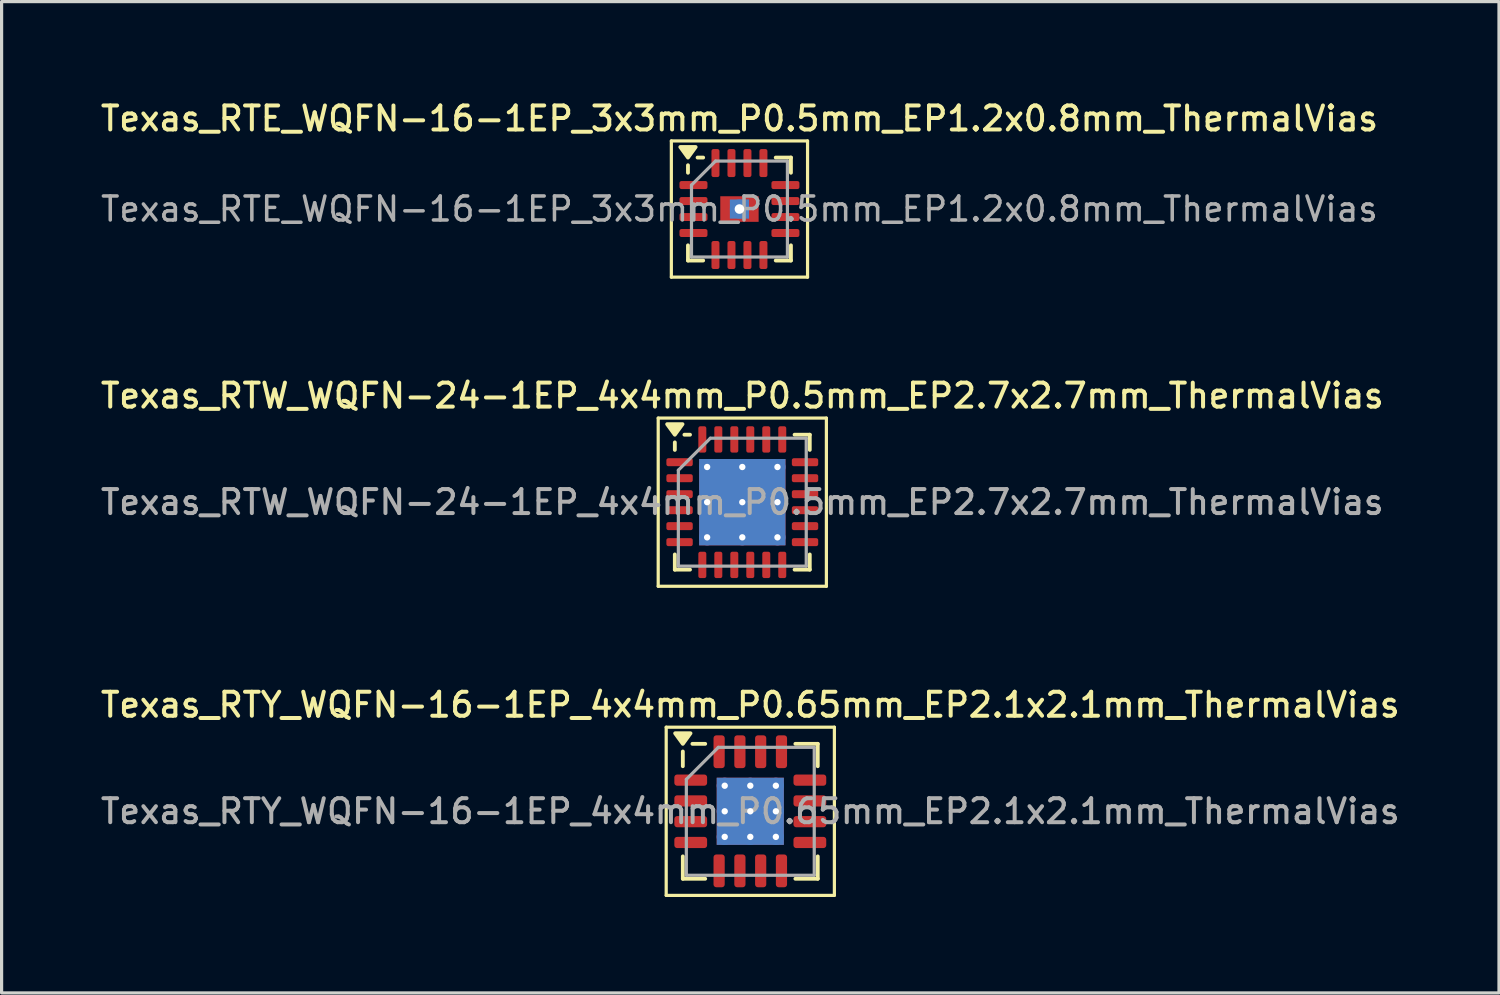
<source format=kicad_pcb>
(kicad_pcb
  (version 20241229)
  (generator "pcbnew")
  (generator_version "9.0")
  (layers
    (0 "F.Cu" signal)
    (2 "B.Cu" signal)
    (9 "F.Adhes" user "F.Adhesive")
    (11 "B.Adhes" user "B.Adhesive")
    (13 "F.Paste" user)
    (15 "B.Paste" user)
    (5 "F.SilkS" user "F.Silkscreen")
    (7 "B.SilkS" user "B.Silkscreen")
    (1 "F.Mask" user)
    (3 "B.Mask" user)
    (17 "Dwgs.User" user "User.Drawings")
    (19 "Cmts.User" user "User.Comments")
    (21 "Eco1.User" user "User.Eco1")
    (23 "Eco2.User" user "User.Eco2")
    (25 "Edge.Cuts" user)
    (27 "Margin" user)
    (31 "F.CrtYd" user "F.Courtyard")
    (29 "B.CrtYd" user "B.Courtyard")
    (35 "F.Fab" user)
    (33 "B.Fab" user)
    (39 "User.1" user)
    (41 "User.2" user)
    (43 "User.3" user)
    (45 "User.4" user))
  (footprint "Texas_RTW_WQFN-24-1EP_4x4mm_P0.5mm_EP2.7x2.7mm_ThermalVias"
    (layer "F.Cu")
    (at 20.166 12.656)
    (property "Reference" "Texas_RTW_WQFN-24-1EP_4x4mm_P0.5mm_EP2.7x2.7mm_ThermalVias" (at 0 -3.33 0) (layer "F.SilkS") (effects (font (size 0.75 0.75) (thickness 0.125))))
    (attr smd)
    (fp_line (start -2.63 -2.63) (end -2.63 2.63) (stroke (width 0.1) (type solid)) (layer "F.SilkS"))
    (fp_line (start -2.63 2.63) (end 2.63 2.63) (stroke (width 0.1) (type solid)) (layer "F.SilkS"))
    (fp_line (start -2.11 -1.635) (end -2.11 -1.87) (stroke (width 0.12) (type solid)) (layer "F.SilkS"))
    (fp_line (start -2.11 2.11) (end -2.11 1.635) (stroke (width 0.12) (type solid)) (layer "F.SilkS"))
    (fp_line (start -1.635 -2.11) (end -1.81 -2.11) (stroke (width 0.12) (type solid)) (layer "F.SilkS"))
    (fp_line (start -1.635 2.11) (end -2.11 2.11) (stroke (width 0.12) (type solid)) (layer "F.SilkS"))
    (fp_line (start 1.635 -2.11) (end 2.11 -2.11) (stroke (width 0.12) (type solid)) (layer "F.SilkS"))
    (fp_line (start 1.635 2.11) (end 2.11 2.11) (stroke (width 0.12) (type solid)) (layer "F.SilkS"))
    (fp_line (start 2.11 -2.11) (end 2.11 -1.635) (stroke (width 0.12) (type solid)) (layer "F.SilkS"))
    (fp_line (start 2.11 2.11) (end 2.11 1.635) (stroke (width 0.12) (type solid)) (layer "F.SilkS"))
    (fp_line (start 2.63 -2.63) (end -2.63 -2.63) (stroke (width 0.1) (type solid)) (layer "F.SilkS"))
    (fp_line (start 2.63 2.63) (end 2.63 -2.63) (stroke (width 0.1) (type solid)) (layer "F.SilkS"))
    (fp_poly (pts (xy -2.11 -2.11) (xy -2.35 -2.44) (xy -1.87 -2.44) (xy -2.11 -2.11)) (stroke (width 0.12) (type solid)) (fill yes) (layer "F.SilkS"))
    (fp_line (start -2 -1) (end -1 -2) (stroke (width 0.1) (type solid)) (layer "F.Fab"))
    (fp_line (start -2 2) (end -2 -1) (stroke (width 0.1) (type solid)) (layer "F.Fab"))
    (fp_line (start -1 -2) (end 2 -2) (stroke (width 0.1) (type solid)) (layer "F.Fab"))
    (fp_line (start 2 -2) (end 2 2) (stroke (width 0.1) (type solid)) (layer "F.Fab"))
    (fp_line (start 2 2) (end -2 2) (stroke (width 0.1) (type solid)) (layer "F.Fab"))
    (fp_text user "${REFERENCE}" (at 0 0 0) (layer "F.Fab") (effects (font (size 0.75 0.75) (thickness 0.125))))
    (pad "" smd roundrect (at -0.675 -0.675) (size 1.13 1.13) (layers "F.Paste") (roundrect_rratio 0.221))
    (pad "" smd roundrect (at -0.675 0.675) (size 1.13 1.13) (layers "F.Paste") (roundrect_rratio 0.221))
    (pad "" smd roundrect (at 0.675 -0.675) (size 1.13 1.13) (layers "F.Paste") (roundrect_rratio 0.221))
    (pad "" smd roundrect (at 0.675 0.675) (size 1.13 1.13) (layers "F.Paste") (roundrect_rratio 0.221))
    (pad "1" smd roundrect (at -1.962 -1.25) (size 0.825 0.25) (layers "F.Cu" "F.Mask" "F.Paste") (roundrect_rratio 0.25))
    (pad "2" smd roundrect (at -1.962 -0.75) (size 0.825 0.25) (layers "F.Cu" "F.Mask" "F.Paste") (roundrect_rratio 0.25))
    (pad "3" smd roundrect (at -1.962 -0.25) (size 0.825 0.25) (layers "F.Cu" "F.Mask" "F.Paste") (roundrect_rratio 0.25))
    (pad "4" smd roundrect (at -1.962 0.25) (size 0.825 0.25) (layers "F.Cu" "F.Mask" "F.Paste") (roundrect_rratio 0.25))
    (pad "5" smd roundrect (at -1.962 0.75) (size 0.825 0.25) (layers "F.Cu" "F.Mask" "F.Paste") (roundrect_rratio 0.25))
    (pad "6" smd roundrect (at -1.962 1.25) (size 0.825 0.25) (layers "F.Cu" "F.Mask" "F.Paste") (roundrect_rratio 0.25))
    (pad "7" smd roundrect (at -1.25 1.962) (size 0.25 0.825) (layers "F.Cu" "F.Mask" "F.Paste") (roundrect_rratio 0.25))
    (pad "8" smd roundrect (at -0.75 1.962) (size 0.25 0.825) (layers "F.Cu" "F.Mask" "F.Paste") (roundrect_rratio 0.25))
    (pad "9" smd roundrect (at -0.25 1.962) (size 0.25 0.825) (layers "F.Cu" "F.Mask" "F.Paste") (roundrect_rratio 0.25))
    (pad "10" smd roundrect (at 0.25 1.962) (size 0.25 0.825) (layers "F.Cu" "F.Mask" "F.Paste") (roundrect_rratio 0.25))
    (pad "11" smd roundrect (at 0.75 1.962) (size 0.25 0.825) (layers "F.Cu" "F.Mask" "F.Paste") (roundrect_rratio 0.25))
    (pad "12" smd roundrect (at 1.25 1.962) (size 0.25 0.825) (layers "F.Cu" "F.Mask" "F.Paste") (roundrect_rratio 0.25))
    (pad "13" smd roundrect (at 1.962 1.25) (size 0.825 0.25) (layers "F.Cu" "F.Mask" "F.Paste") (roundrect_rratio 0.25))
    (pad "14" smd roundrect (at 1.962 0.75) (size 0.825 0.25) (layers "F.Cu" "F.Mask" "F.Paste") (roundrect_rratio 0.25))
    (pad "15" smd roundrect (at 1.962 0.25) (size 0.825 0.25) (layers "F.Cu" "F.Mask" "F.Paste") (roundrect_rratio 0.25))
    (pad "16" smd roundrect (at 1.962 -0.25) (size 0.825 0.25) (layers "F.Cu" "F.Mask" "F.Paste") (roundrect_rratio 0.25))
    (pad "17" smd roundrect (at 1.962 -0.75) (size 0.825 0.25) (layers "F.Cu" "F.Mask" "F.Paste") (roundrect_rratio 0.25))
    (pad "18" smd roundrect (at 1.962 -1.25) (size 0.825 0.25) (layers "F.Cu" "F.Mask" "F.Paste") (roundrect_rratio 0.25))
    (pad "19" smd roundrect (at 1.25 -1.962) (size 0.25 0.825) (layers "F.Cu" "F.Mask" "F.Paste") (roundrect_rratio 0.25))
    (pad "20" smd roundrect (at 0.75 -1.962) (size 0.25 0.825) (layers "F.Cu" "F.Mask" "F.Paste") (roundrect_rratio 0.25))
    (pad "21" smd roundrect (at 0.25 -1.962) (size 0.25 0.825) (layers "F.Cu" "F.Mask" "F.Paste") (roundrect_rratio 0.25))
    (pad "22" smd roundrect (at -0.25 -1.962) (size 0.25 0.825) (layers "F.Cu" "F.Mask" "F.Paste") (roundrect_rratio 0.25))
    (pad "23" smd roundrect (at -0.75 -1.962) (size 0.25 0.825) (layers "F.Cu" "F.Mask" "F.Paste") (roundrect_rratio 0.25))
    (pad "24" smd roundrect (at -1.25 -1.962) (size 0.25 0.825) (layers "F.Cu" "F.Mask" "F.Paste") (roundrect_rratio 0.25))
    (pad "25" thru_hole circle (at -1.1 -1.1) (size 0.5 0.5) (drill 0.2) (property pad_prop_heatsink) (layers "*.Cu"))
    (pad "25" thru_hole circle (at -1.1 0) (size 0.5 0.5) (drill 0.2) (property pad_prop_heatsink) (layers "*.Cu"))
    (pad "25" thru_hole circle (at -1.1 1.1) (size 0.5 0.5) (drill 0.2) (property pad_prop_heatsink) (layers "*.Cu"))
    (pad "25" thru_hole circle (at 0 -1.1) (size 0.5 0.5) (drill 0.2) (property pad_prop_heatsink) (layers "*.Cu"))
    (pad "25" thru_hole circle (at 0 0) (size 0.5 0.5) (drill 0.2) (property pad_prop_heatsink) (layers "*.Cu"))
    (pad "25" smd rect (at 0 0) (size 2.7 2.7) (property pad_prop_heatsink) (layers "F.Cu" "F.Mask"))
    (pad "25" smd rect (at 0 0) (size 2.7 2.7) (property pad_prop_heatsink) (layers "B.Cu"))
    (pad "25" thru_hole circle (at 0 1.1) (size 0.5 0.5) (drill 0.2) (property pad_prop_heatsink) (layers "*.Cu"))
    (pad "25" thru_hole circle (at 1.1 -1.1) (size 0.5 0.5) (drill 0.2) (property pad_prop_heatsink) (layers "*.Cu"))
    (pad "25" thru_hole circle (at 1.1 0) (size 0.5 0.5) (drill 0.2) (property pad_prop_heatsink) (layers "*.Cu"))
    (pad "25" thru_hole circle (at 1.1 1.1) (size 0.5 0.5) (drill 0.2) (property pad_prop_heatsink) (layers "*.Cu")))
  (footprint "Texas_RTY_WQFN-16-1EP_4x4mm_P0.65mm_EP2.1x2.1mm_ThermalVias"
    (layer "F.Cu")
    (at 20.416 22.324)
    (property "Reference" "Texas_RTY_WQFN-16-1EP_4x4mm_P0.65mm_EP2.1x2.1mm_ThermalVias" (at 0 -3.33 0) (layer "F.SilkS") (effects (font (size 0.75 0.75) (thickness 0.125))))
    (attr smd)
    (fp_line (start -2.63 -2.63) (end -2.63 2.63) (stroke (width 0.1) (type solid)) (layer "F.SilkS"))
    (fp_line (start -2.63 2.63) (end 2.63 2.63) (stroke (width 0.1) (type solid)) (layer "F.SilkS"))
    (fp_line (start -2.11 -1.41) (end -2.11 -1.87) (stroke (width 0.12) (type solid)) (layer "F.SilkS"))
    (fp_line (start -2.11 2.11) (end -2.11 1.41) (stroke (width 0.12) (type solid)) (layer "F.SilkS"))
    (fp_line (start -1.41 -2.11) (end -1.81 -2.11) (stroke (width 0.12) (type solid)) (layer "F.SilkS"))
    (fp_line (start -1.41 2.11) (end -2.11 2.11) (stroke (width 0.12) (type solid)) (layer "F.SilkS"))
    (fp_line (start 1.41 -2.11) (end 2.11 -2.11) (stroke (width 0.12) (type solid)) (layer "F.SilkS"))
    (fp_line (start 1.41 2.11) (end 2.11 2.11) (stroke (width 0.12) (type solid)) (layer "F.SilkS"))
    (fp_line (start 2.11 -2.11) (end 2.11 -1.41) (stroke (width 0.12) (type solid)) (layer "F.SilkS"))
    (fp_line (start 2.11 2.11) (end 2.11 1.41) (stroke (width 0.12) (type solid)) (layer "F.SilkS"))
    (fp_line (start 2.63 -2.63) (end -2.63 -2.63) (stroke (width 0.1) (type solid)) (layer "F.SilkS"))
    (fp_line (start 2.63 2.63) (end 2.63 -2.63) (stroke (width 0.1) (type solid)) (layer "F.SilkS"))
    (fp_poly (pts (xy -2.11 -2.11) (xy -2.35 -2.44) (xy -1.87 -2.44) (xy -2.11 -2.11)) (stroke (width 0.12) (type solid)) (fill yes) (layer "F.SilkS"))
    (fp_line (start -2 -1) (end -1 -2) (stroke (width 0.1) (type solid)) (layer "F.Fab"))
    (fp_line (start -2 2) (end -2 -1) (stroke (width 0.1) (type solid)) (layer "F.Fab"))
    (fp_line (start -1 -2) (end 2 -2) (stroke (width 0.1) (type solid)) (layer "F.Fab"))
    (fp_line (start 2 -2) (end 2 2) (stroke (width 0.1) (type solid)) (layer "F.Fab"))
    (fp_line (start 2 2) (end -2 2) (stroke (width 0.1) (type solid)) (layer "F.Fab"))
    (fp_text user "${REFERENCE}" (at 0 0 0) (layer "F.Fab") (effects (font (size 0.75 0.75) (thickness 0.125))))
    (pad "" smd roundrect (at -0.525 -0.525) (size 0.88 0.88) (layers "F.Paste") (roundrect_rratio 0.25))
    (pad "" smd roundrect (at -0.525 0.525) (size 0.88 0.88) (layers "F.Paste") (roundrect_rratio 0.25))
    (pad "" smd roundrect (at 0.525 -0.525) (size 0.88 0.88) (layers "F.Paste") (roundrect_rratio 0.25))
    (pad "" smd roundrect (at 0.525 0.525) (size 0.88 0.88) (layers "F.Paste") (roundrect_rratio 0.25))
    (pad "1" smd roundrect (at -1.863 -0.975) (size 1.025 0.35) (layers "F.Cu" "F.Mask" "F.Paste") (roundrect_rratio 0.25))
    (pad "2" smd roundrect (at -1.863 -0.325) (size 1.025 0.35) (layers "F.Cu" "F.Mask" "F.Paste") (roundrect_rratio 0.25))
    (pad "3" smd roundrect (at -1.863 0.325) (size 1.025 0.35) (layers "F.Cu" "F.Mask" "F.Paste") (roundrect_rratio 0.25))
    (pad "4" smd roundrect (at -1.863 0.975) (size 1.025 0.35) (layers "F.Cu" "F.Mask" "F.Paste") (roundrect_rratio 0.25))
    (pad "5" smd roundrect (at -0.975 1.863) (size 0.35 1.025) (layers "F.Cu" "F.Mask" "F.Paste") (roundrect_rratio 0.25))
    (pad "6" smd roundrect (at -0.325 1.863) (size 0.35 1.025) (layers "F.Cu" "F.Mask" "F.Paste") (roundrect_rratio 0.25))
    (pad "7" smd roundrect (at 0.325 1.863) (size 0.35 1.025) (layers "F.Cu" "F.Mask" "F.Paste") (roundrect_rratio 0.25))
    (pad "8" smd roundrect (at 0.975 1.863) (size 0.35 1.025) (layers "F.Cu" "F.Mask" "F.Paste") (roundrect_rratio 0.25))
    (pad "9" smd roundrect (at 1.863 0.975) (size 1.025 0.35) (layers "F.Cu" "F.Mask" "F.Paste") (roundrect_rratio 0.25))
    (pad "10" smd roundrect (at 1.863 0.325) (size 1.025 0.35) (layers "F.Cu" "F.Mask" "F.Paste") (roundrect_rratio 0.25))
    (pad "11" smd roundrect (at 1.863 -0.325) (size 1.025 0.35) (layers "F.Cu" "F.Mask" "F.Paste") (roundrect_rratio 0.25))
    (pad "12" smd roundrect (at 1.863 -0.975) (size 1.025 0.35) (layers "F.Cu" "F.Mask" "F.Paste") (roundrect_rratio 0.25))
    (pad "13" smd roundrect (at 0.975 -1.863) (size 0.35 1.025) (layers "F.Cu" "F.Mask" "F.Paste") (roundrect_rratio 0.25))
    (pad "14" smd roundrect (at 0.325 -1.863) (size 0.35 1.025) (layers "F.Cu" "F.Mask" "F.Paste") (roundrect_rratio 0.25))
    (pad "15" smd roundrect (at -0.325 -1.863) (size 0.35 1.025) (layers "F.Cu" "F.Mask" "F.Paste") (roundrect_rratio 0.25))
    (pad "16" smd roundrect (at -0.975 -1.863) (size 0.35 1.025) (layers "F.Cu" "F.Mask" "F.Paste") (roundrect_rratio 0.25))
    (pad "17" thru_hole circle (at -0.8 -0.8) (size 0.5 0.5) (drill 0.2) (property pad_prop_heatsink) (layers "*.Cu"))
    (pad "17" thru_hole circle (at -0.8 0) (size 0.5 0.5) (drill 0.2) (property pad_prop_heatsink) (layers "*.Cu"))
    (pad "17" thru_hole circle (at -0.8 0.8) (size 0.5 0.5) (drill 0.2) (property pad_prop_heatsink) (layers "*.Cu"))
    (pad "17" thru_hole circle (at 0 -0.8) (size 0.5 0.5) (drill 0.2) (property pad_prop_heatsink) (layers "*.Cu"))
    (pad "17" thru_hole circle (at 0 0) (size 0.5 0.5) (drill 0.2) (property pad_prop_heatsink) (layers "*.Cu"))
    (pad "17" smd rect (at 0 0) (size 2.1 2.1) (property pad_prop_heatsink) (layers "F.Cu" "F.Mask"))
    (pad "17" smd rect (at 0 0) (size 2.1 2.1) (property pad_prop_heatsink) (layers "B.Cu"))
    (pad "17" thru_hole circle (at 0 0.8) (size 0.5 0.5) (drill 0.2) (property pad_prop_heatsink) (layers "*.Cu"))
    (pad "17" thru_hole circle (at 0.8 -0.8) (size 0.5 0.5) (drill 0.2) (property pad_prop_heatsink) (layers "*.Cu"))
    (pad "17" thru_hole circle (at 0.8 0) (size 0.5 0.5) (drill 0.2) (property pad_prop_heatsink) (layers "*.Cu"))
    (pad "17" thru_hole circle (at 0.8 0.8) (size 0.5 0.5) (drill 0.2) (property pad_prop_heatsink) (layers "*.Cu")))
  (footprint "Texas_RTE_WQFN-16-1EP_3x3mm_P0.5mm_EP1.2x0.8mm_ThermalVias"
    (layer "F.Cu")
    (at 20.077 3.488)
    (property "Reference" "Texas_RTE_WQFN-16-1EP_3x3mm_P0.5mm_EP1.2x0.8mm_ThermalVias" (at 0 -2.83 0) (layer "F.SilkS") (effects (font (size 0.75 0.75) (thickness 0.125))))
    (attr smd)
    (fp_line (start -2.13 -2.13) (end -2.13 2.13) (stroke (width 0.1) (type solid)) (layer "F.SilkS"))
    (fp_line (start -2.13 2.13) (end 2.13 2.13) (stroke (width 0.1) (type solid)) (layer "F.SilkS"))
    (fp_line (start -1.61 -1.135) (end -1.61 -1.37) (stroke (width 0.12) (type solid)) (layer "F.SilkS"))
    (fp_line (start -1.61 1.61) (end -1.61 1.135) (stroke (width 0.12) (type solid)) (layer "F.SilkS"))
    (fp_line (start -1.135 -1.61) (end -1.31 -1.61) (stroke (width 0.12) (type solid)) (layer "F.SilkS"))
    (fp_line (start -1.135 1.61) (end -1.61 1.61) (stroke (width 0.12) (type solid)) (layer "F.SilkS"))
    (fp_line (start 1.135 -1.61) (end 1.61 -1.61) (stroke (width 0.12) (type solid)) (layer "F.SilkS"))
    (fp_line (start 1.135 1.61) (end 1.61 1.61) (stroke (width 0.12) (type solid)) (layer "F.SilkS"))
    (fp_line (start 1.61 -1.61) (end 1.61 -1.135) (stroke (width 0.12) (type solid)) (layer "F.SilkS"))
    (fp_line (start 1.61 1.61) (end 1.61 1.135) (stroke (width 0.12) (type solid)) (layer "F.SilkS"))
    (fp_line (start 2.13 -2.13) (end -2.13 -2.13) (stroke (width 0.1) (type solid)) (layer "F.SilkS"))
    (fp_line (start 2.13 2.13) (end 2.13 -2.13) (stroke (width 0.1) (type solid)) (layer "F.SilkS"))
    (fp_poly (pts (xy -1.61 -1.61) (xy -1.85 -1.94) (xy -1.37 -1.94) (xy -1.61 -1.61)) (stroke (width 0.12) (type solid)) (fill yes) (layer "F.SilkS"))
    (fp_line (start -1.5 -0.75) (end -0.75 -1.5) (stroke (width 0.1) (type solid)) (layer "F.Fab"))
    (fp_line (start -1.5 1.5) (end -1.5 -0.75) (stroke (width 0.1) (type solid)) (layer "F.Fab"))
    (fp_line (start -0.75 -1.5) (end 1.5 -1.5) (stroke (width 0.1) (type solid)) (layer "F.Fab"))
    (fp_line (start 1.5 -1.5) (end 1.5 1.5) (stroke (width 0.1) (type solid)) (layer "F.Fab"))
    (fp_line (start 1.5 1.5) (end -1.5 1.5) (stroke (width 0.1) (type solid)) (layer "F.Fab"))
    (fp_text user "${REFERENCE}" (at 0 0 0) (layer "F.Fab") (effects (font (size 0.75 0.75) (thickness 0.11))))
    (pad "" smd roundrect (at -0.3 -0.2) (size 0.5 0.33) (layers "F.Paste") (roundrect_rratio 0.25))
    (pad "" smd roundrect (at -0.3 0.2) (size 0.5 0.33) (layers "F.Paste") (roundrect_rratio 0.25))
    (pad "" smd roundrect (at 0.3 -0.2) (size 0.5 0.33) (layers "F.Paste") (roundrect_rratio 0.25))
    (pad "" smd roundrect (at 0.3 0.2) (size 0.5 0.33) (layers "F.Paste") (roundrect_rratio 0.25))
    (pad "1" smd roundrect (at -1.438 -0.75) (size 0.875 0.25) (layers "F.Cu" "F.Mask" "F.Paste") (roundrect_rratio 0.25))
    (pad "2" smd roundrect (at -1.438 -0.25) (size 0.875 0.25) (layers "F.Cu" "F.Mask" "F.Paste") (roundrect_rratio 0.25))
    (pad "3" smd roundrect (at -1.438 0.25) (size 0.875 0.25) (layers "F.Cu" "F.Mask" "F.Paste") (roundrect_rratio 0.25))
    (pad "4" smd roundrect (at -1.438 0.75) (size 0.875 0.25) (layers "F.Cu" "F.Mask" "F.Paste") (roundrect_rratio 0.25))
    (pad "5" smd roundrect (at -0.75 1.438) (size 0.25 0.875) (layers "F.Cu" "F.Mask" "F.Paste") (roundrect_rratio 0.25))
    (pad "6" smd roundrect (at -0.25 1.438) (size 0.25 0.875) (layers "F.Cu" "F.Mask" "F.Paste") (roundrect_rratio 0.25))
    (pad "7" smd roundrect (at 0.25 1.438) (size 0.25 0.875) (layers "F.Cu" "F.Mask" "F.Paste") (roundrect_rratio 0.25))
    (pad "8" smd roundrect (at 0.75 1.438) (size 0.25 0.875) (layers "F.Cu" "F.Mask" "F.Paste") (roundrect_rratio 0.25))
    (pad "9" smd roundrect (at 1.438 0.75) (size 0.875 0.25) (layers "F.Cu" "F.Mask" "F.Paste") (roundrect_rratio 0.25))
    (pad "10" smd roundrect (at 1.438 0.25) (size 0.875 0.25) (layers "F.Cu" "F.Mask" "F.Paste") (roundrect_rratio 0.25))
    (pad "11" smd roundrect (at 1.438 -0.25) (size 0.875 0.25) (layers "F.Cu" "F.Mask" "F.Paste") (roundrect_rratio 0.25))
    (pad "12" smd roundrect (at 1.438 -0.75) (size 0.875 0.25) (layers "F.Cu" "F.Mask" "F.Paste") (roundrect_rratio 0.25))
    (pad "13" smd roundrect (at 0.75 -1.438) (size 0.25 0.875) (layers "F.Cu" "F.Mask" "F.Paste") (roundrect_rratio 0.25))
    (pad "14" smd roundrect (at 0.25 -1.438) (size 0.25 0.875) (layers "F.Cu" "F.Mask" "F.Paste") (roundrect_rratio 0.25))
    (pad "15" smd roundrect (at -0.25 -1.438) (size 0.25 0.875) (layers "F.Cu" "F.Mask" "F.Paste") (roundrect_rratio 0.25))
    (pad "16" smd roundrect (at -0.75 -1.438) (size 0.25 0.875) (layers "F.Cu" "F.Mask" "F.Paste") (roundrect_rratio 0.25))
    (pad "17" thru_hole circle (at 0 0) (size 0.6 0.6) (drill 0.3) (property pad_prop_heatsink) (layers "*.Cu"))
    (pad "17" smd rect (at 0 0) (size 0.6 0.6) (property pad_prop_heatsink) (layers "B.Cu"))
    (pad "17" smd rect (at 0 0) (size 1.2 0.8) (property pad_prop_heatsink) (layers "F.Cu" "F.Mask")))
  (gr_rect
    (start -3 -3)
    (end 43.832 28.004)
    (stroke (width 0.1) (type default))
    (fill no)
    (layer "Edge.Cuts")))
</source>
